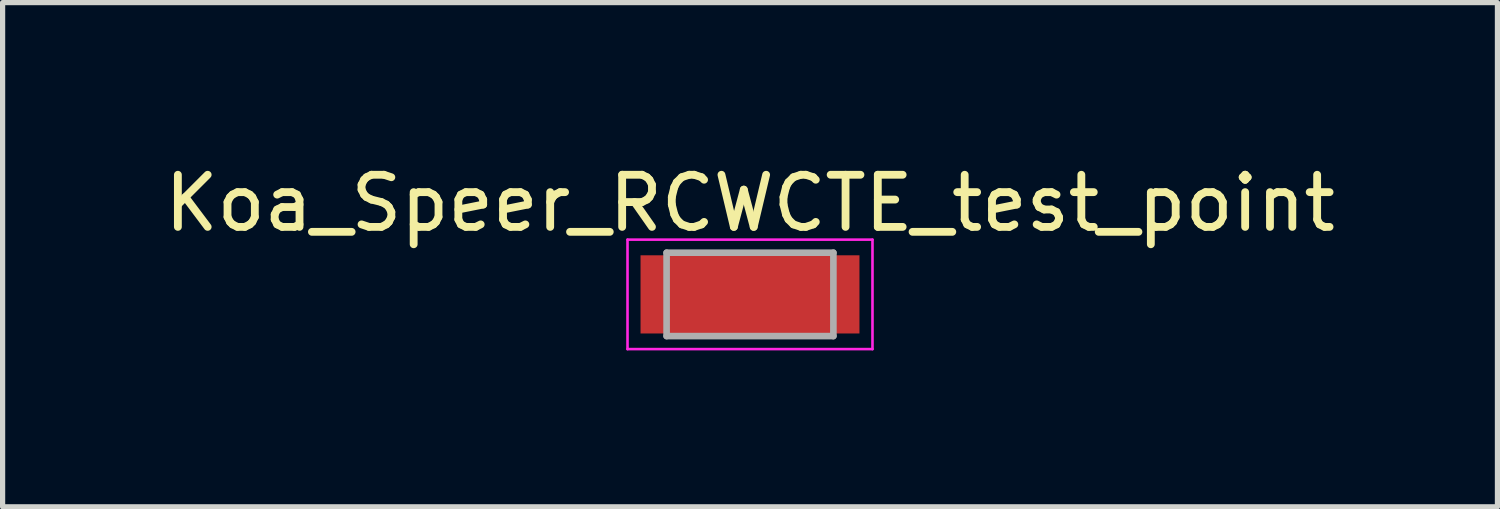
<source format=kicad_pcb>
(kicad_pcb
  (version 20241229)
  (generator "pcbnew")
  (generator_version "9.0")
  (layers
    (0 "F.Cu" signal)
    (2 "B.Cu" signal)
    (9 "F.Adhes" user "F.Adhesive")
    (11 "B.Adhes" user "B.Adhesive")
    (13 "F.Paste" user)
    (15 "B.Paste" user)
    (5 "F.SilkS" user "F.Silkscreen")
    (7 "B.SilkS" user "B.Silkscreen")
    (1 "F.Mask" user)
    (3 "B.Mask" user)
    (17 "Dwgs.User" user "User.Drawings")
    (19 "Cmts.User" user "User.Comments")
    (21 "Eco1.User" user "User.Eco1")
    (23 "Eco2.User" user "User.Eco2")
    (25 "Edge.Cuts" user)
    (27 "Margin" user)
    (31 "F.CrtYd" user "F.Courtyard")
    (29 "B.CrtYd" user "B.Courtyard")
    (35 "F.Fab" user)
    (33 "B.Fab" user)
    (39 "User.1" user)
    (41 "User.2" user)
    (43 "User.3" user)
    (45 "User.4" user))
  (footprint "Koa_Speer_RCWCTE_test_point"
    (layer "F.Cu")
    (at 11.339 2.598)
    (property "Reference" "Koa_Speer_RCWCTE_test_point" (at 0 -1.75 0) (layer "F.SilkS") (effects (font (size 1 1) (thickness 0.15))))
    (attr smd)
    (fp_line (start -2.35 -1.05) (end -2.35 1.05) (stroke (width 0.05) (type solid)) (layer "F.CrtYd"))
    (fp_line (start -2.35 1.05) (end 2.35 1.05) (stroke (width 0.05) (type solid)) (layer "F.CrtYd"))
    (fp_line (start 2.35 -1.05) (end -2.35 -1.05) (stroke (width 0.05) (type solid)) (layer "F.CrtYd"))
    (fp_line (start 2.35 1.05) (end 2.35 -1.05) (stroke (width 0.05) (type solid)) (layer "F.CrtYd"))
    (fp_line (start -1.6 -0.8) (end 1.6 -0.8) (stroke (width 0.127) (type solid)) (layer "F.Fab"))
    (fp_line (start -1.6 0.8) (end -1.6 -0.8) (stroke (width 0.127) (type solid)) (layer "F.Fab"))
    (fp_line (start 1.6 -0.8) (end 1.6 0.8) (stroke (width 0.127) (type solid)) (layer "F.Fab"))
    (fp_line (start 1.6 0.8) (end -1.6 0.8) (stroke (width 0.127) (type solid)) (layer "F.Fab"))
    (pad "1" smd rect (at 0 0) (size 4.2 1.5) (layers "F.Cu" "F.Mask" "F.Paste")))
  (gr_rect
    (start -3 -3)
    (end 25.679 6.673)
    (stroke (width 0.1) (type default))
    (fill no)
    (layer "Edge.Cuts")))
</source>
